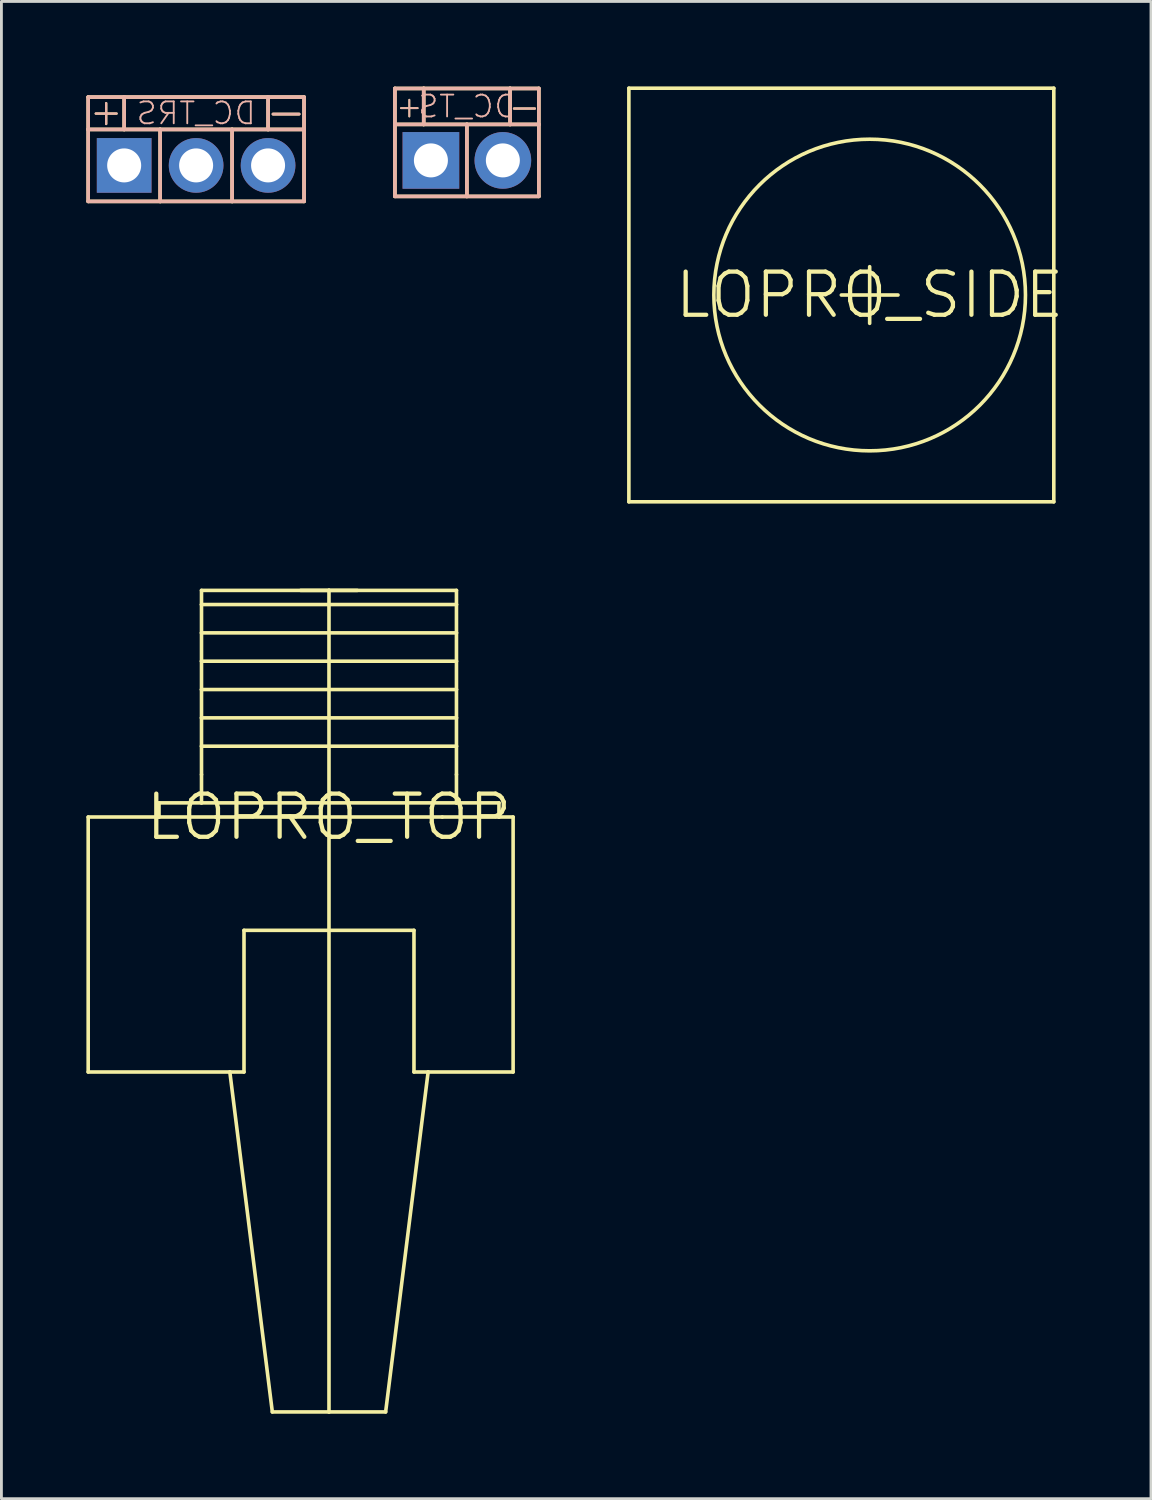
<source format=kicad_pcb>
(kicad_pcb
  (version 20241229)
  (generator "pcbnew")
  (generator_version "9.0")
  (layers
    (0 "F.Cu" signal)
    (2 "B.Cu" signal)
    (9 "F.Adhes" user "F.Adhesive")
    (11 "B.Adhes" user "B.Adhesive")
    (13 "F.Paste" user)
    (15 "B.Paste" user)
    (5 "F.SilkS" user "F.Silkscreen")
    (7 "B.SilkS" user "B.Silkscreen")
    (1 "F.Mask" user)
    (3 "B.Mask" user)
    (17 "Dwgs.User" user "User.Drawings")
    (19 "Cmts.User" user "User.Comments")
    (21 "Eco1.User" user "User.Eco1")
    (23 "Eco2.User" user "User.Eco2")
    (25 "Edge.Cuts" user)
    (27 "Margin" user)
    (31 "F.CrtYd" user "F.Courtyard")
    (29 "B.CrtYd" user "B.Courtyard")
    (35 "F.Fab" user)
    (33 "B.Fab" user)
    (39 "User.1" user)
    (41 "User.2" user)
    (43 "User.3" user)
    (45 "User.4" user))
  (footprint "DC_TS"
    (layer "F.Cu")
    (at 13.431 2.612)
    (property "Reference" "DC_TS" (at 0 -1.905 0) (layer "B.SilkS") (effects (font (size 0.772 0.772) (thickness 0.065)) (justify mirror)))
    (attr through_hole)
    (fp_line (start -2.54 -2.54) (end -1.524 -2.54) (stroke (width 0.127) (type solid)) (layer "F.SilkS"))
    (fp_line (start -2.54 -1.27) (end -2.54 -2.54) (stroke (width 0.127) (type solid)) (layer "F.SilkS"))
    (fp_line (start -2.54 -1.27) (end -1.524 -1.27) (stroke (width 0.127) (type solid)) (layer "F.SilkS"))
    (fp_line (start -2.54 1.27) (end -2.54 -1.27) (stroke (width 0.127) (type solid)) (layer "F.SilkS"))
    (fp_line (start -2.54 1.27) (end 0 1.27) (stroke (width 0.127) (type solid)) (layer "F.SilkS"))
    (fp_line (start -1.524 -2.54) (end -1.524 -1.27) (stroke (width 0.127) (type solid)) (layer "F.SilkS"))
    (fp_line (start -1.524 -2.54) (end 1.524 -2.54) (stroke (width 0.127) (type solid)) (layer "F.SilkS"))
    (fp_line (start -1.524 -1.27) (end 0 -1.27) (stroke (width 0.127) (type solid)) (layer "F.SilkS"))
    (fp_line (start 0 -1.27) (end 0 1.27) (stroke (width 0.127) (type solid)) (layer "F.SilkS"))
    (fp_line (start 0 -1.27) (end 1.524 -1.27) (stroke (width 0.127) (type solid)) (layer "F.SilkS"))
    (fp_line (start 0 1.27) (end 2.54 1.27) (stroke (width 0.127) (type solid)) (layer "F.SilkS"))
    (fp_line (start 1.524 -2.54) (end 1.524 -1.27) (stroke (width 0.127) (type solid)) (layer "F.SilkS"))
    (fp_line (start 1.524 -2.54) (end 2.54 -2.54) (stroke (width 0.127) (type solid)) (layer "F.SilkS"))
    (fp_line (start 1.524 -1.27) (end 2.54 -1.27) (stroke (width 0.127) (type solid)) (layer "F.SilkS"))
    (fp_line (start 2.54 -2.54) (end 2.54 -1.27) (stroke (width 0.127) (type solid)) (layer "F.SilkS"))
    (fp_line (start 2.54 -1.27) (end 2.54 1.27) (stroke (width 0.127) (type solid)) (layer "F.SilkS"))
    (fp_line (start -2.54 -2.54) (end -2.54 -1.27) (stroke (width 0.127) (type solid)) (layer "B.SilkS"))
    (fp_line (start -2.54 -1.27) (end -2.54 1.27) (stroke (width 0.127) (type solid)) (layer "B.SilkS"))
    (fp_line (start -1.524 -2.54) (end -2.54 -2.54) (stroke (width 0.127) (type solid)) (layer "B.SilkS"))
    (fp_line (start -1.524 -2.54) (end -1.524 -1.27) (stroke (width 0.127) (type solid)) (layer "B.SilkS"))
    (fp_line (start -1.524 -1.27) (end -2.54 -1.27) (stroke (width 0.127) (type solid)) (layer "B.SilkS"))
    (fp_line (start 0 -1.27) (end -1.524 -1.27) (stroke (width 0.127) (type solid)) (layer "B.SilkS"))
    (fp_line (start 0 -1.27) (end 0 1.27) (stroke (width 0.127) (type solid)) (layer "B.SilkS"))
    (fp_line (start 0 1.27) (end -2.54 1.27) (stroke (width 0.127) (type solid)) (layer "B.SilkS"))
    (fp_line (start 1.524 -2.54) (end -1.524 -2.54) (stroke (width 0.127) (type solid)) (layer "B.SilkS"))
    (fp_line (start 1.524 -2.54) (end 1.524 -1.27) (stroke (width 0.127) (type solid)) (layer "B.SilkS"))
    (fp_line (start 1.524 -1.27) (end 0 -1.27) (stroke (width 0.127) (type solid)) (layer "B.SilkS"))
    (fp_line (start 2.54 -2.54) (end 1.524 -2.54) (stroke (width 0.127) (type solid)) (layer "B.SilkS"))
    (fp_line (start 2.54 -1.27) (end 1.524 -1.27) (stroke (width 0.127) (type solid)) (layer "B.SilkS"))
    (fp_line (start 2.54 -1.27) (end 2.54 -2.54) (stroke (width 0.127) (type solid)) (layer "B.SilkS"))
    (fp_line (start 2.54 1.27) (end 0 1.27) (stroke (width 0.127) (type solid)) (layer "B.SilkS"))
    (fp_line (start 2.54 1.27) (end 2.54 -1.27) (stroke (width 0.127) (type solid)) (layer "B.SilkS"))
    (fp_text user "+" (at -2.032 -1.905 0) (layer "F.SilkS") (effects (font (size 0.772 0.772) (thickness 0.065))))
    (fp_text user "-" (at 2.032 -1.905 0) (layer "F.SilkS") (effects (font (size 0.965 0.965) (thickness 0.081))))
    (fp_text user "-" (at 2.032 -1.905 0) (layer "B.SilkS") (effects (font (size 0.965 0.965) (thickness 0.081)) (justify mirror)))
    (fp_text user "+" (at -2.032 -1.905 0) (layer "B.SilkS") (effects (font (size 0.772 0.772) (thickness 0.065)) (justify mirror)))
    (pad "1" thru_hole rect (at -1.27 0) (size 2 2) (drill 1.2) (layers "*.Cu" "*.Mask"))
    (pad "2" thru_hole oval (at 1.27 0) (size 2 2) (drill 1.2) (layers "*.Cu" "*.Mask")))
  (footprint "DC_TRS"
    (layer "F.Cu")
    (at 3.873 2.789)
    (property "Reference" "DC_TRS" (at 0 -1.841 0) (layer "B.SilkS") (effects (font (size 0.772 0.772) (thickness 0.065)) (justify mirror)))
    (attr through_hole)
    (fp_line (start -3.81 -2.413) (end -2.54 -2.413) (stroke (width 0.127) (type solid)) (layer "F.SilkS"))
    (fp_line (start -3.81 -1.27) (end -3.81 -2.413) (stroke (width 0.127) (type solid)) (layer "F.SilkS"))
    (fp_line (start -3.81 -1.27) (end -2.54 -1.27) (stroke (width 0.127) (type solid)) (layer "F.SilkS"))
    (fp_line (start -3.81 1.27) (end -3.81 -1.27) (stroke (width 0.127) (type solid)) (layer "F.SilkS"))
    (fp_line (start -2.54 -2.413) (end 2.54 -2.413) (stroke (width 0.127) (type solid)) (layer "F.SilkS"))
    (fp_line (start -2.54 -1.27) (end -2.54 -2.413) (stroke (width 0.127) (type solid)) (layer "F.SilkS"))
    (fp_line (start -2.54 -1.27) (end -1.27 -1.27) (stroke (width 0.127) (type solid)) (layer "F.SilkS"))
    (fp_line (start -1.27 -1.27) (end -1.27 1.27) (stroke (width 0.127) (type solid)) (layer "F.SilkS"))
    (fp_line (start -1.27 -1.27) (end 1.27 -1.27) (stroke (width 0.127) (type solid)) (layer "F.SilkS"))
    (fp_line (start -1.27 1.27) (end -3.81 1.27) (stroke (width 0.127) (type solid)) (layer "F.SilkS"))
    (fp_line (start 1.27 -1.27) (end 1.27 1.27) (stroke (width 0.127) (type solid)) (layer "F.SilkS"))
    (fp_line (start 1.27 -1.27) (end 2.54 -1.27) (stroke (width 0.127) (type solid)) (layer "F.SilkS"))
    (fp_line (start 1.27 1.27) (end -1.27 1.27) (stroke (width 0.127) (type solid)) (layer "F.SilkS"))
    (fp_line (start 2.54 -2.413) (end 2.54 -1.27) (stroke (width 0.127) (type solid)) (layer "F.SilkS"))
    (fp_line (start 2.54 -2.413) (end 3.81 -2.413) (stroke (width 0.127) (type solid)) (layer "F.SilkS"))
    (fp_line (start 2.54 -1.27) (end 3.81 -1.27) (stroke (width 0.127) (type solid)) (layer "F.SilkS"))
    (fp_line (start 3.81 -2.413) (end 3.81 -1.27) (stroke (width 0.127) (type solid)) (layer "F.SilkS"))
    (fp_line (start 3.81 -1.27) (end 3.81 1.27) (stroke (width 0.127) (type solid)) (layer "F.SilkS"))
    (fp_line (start 3.81 1.27) (end 1.27 1.27) (stroke (width 0.127) (type solid)) (layer "F.SilkS"))
    (fp_line (start -3.81 -1.27) (end -3.81 -2.413) (stroke (width 0.127) (type solid)) (layer "B.SilkS"))
    (fp_line (start -3.81 -1.27) (end -3.81 1.27) (stroke (width 0.127) (type solid)) (layer "B.SilkS"))
    (fp_line (start -3.81 1.27) (end -1.27 1.27) (stroke (width 0.127) (type solid)) (layer "B.SilkS"))
    (fp_line (start -2.54 -2.413) (end -3.81 -2.413) (stroke (width 0.127) (type solid)) (layer "B.SilkS"))
    (fp_line (start -2.54 -1.27) (end -3.81 -1.27) (stroke (width 0.127) (type solid)) (layer "B.SilkS"))
    (fp_line (start -2.54 -1.27) (end -2.54 -2.413) (stroke (width 0.127) (type solid)) (layer "B.SilkS"))
    (fp_line (start -1.27 -1.27) (end -2.54 -1.27) (stroke (width 0.127) (type solid)) (layer "B.SilkS"))
    (fp_line (start -1.27 -1.27) (end -1.27 1.27) (stroke (width 0.127) (type solid)) (layer "B.SilkS"))
    (fp_line (start -1.27 1.27) (end 1.27 1.27) (stroke (width 0.127) (type solid)) (layer "B.SilkS"))
    (fp_line (start 1.27 -1.27) (end -1.27 -1.27) (stroke (width 0.127) (type solid)) (layer "B.SilkS"))
    (fp_line (start 1.27 -1.27) (end 1.27 1.27) (stroke (width 0.127) (type solid)) (layer "B.SilkS"))
    (fp_line (start 1.27 1.27) (end 3.81 1.27) (stroke (width 0.127) (type solid)) (layer "B.SilkS"))
    (fp_line (start 2.54 -2.413) (end -2.54 -2.413) (stroke (width 0.127) (type solid)) (layer "B.SilkS"))
    (fp_line (start 2.54 -2.413) (end 2.54 -1.27) (stroke (width 0.127) (type solid)) (layer "B.SilkS"))
    (fp_line (start 2.54 -1.27) (end 1.27 -1.27) (stroke (width 0.127) (type solid)) (layer "B.SilkS"))
    (fp_line (start 3.81 -2.413) (end 2.54 -2.413) (stroke (width 0.127) (type solid)) (layer "B.SilkS"))
    (fp_line (start 3.81 -2.413) (end 3.81 -1.27) (stroke (width 0.127) (type solid)) (layer "B.SilkS"))
    (fp_line (start 3.81 -1.27) (end 2.54 -1.27) (stroke (width 0.127) (type solid)) (layer "B.SilkS"))
    (fp_line (start 3.81 1.27) (end 3.81 -1.27) (stroke (width 0.127) (type solid)) (layer "B.SilkS"))
    (fp_text user "-" (at 3.175 -1.905 0) (layer "F.SilkS") (effects (font (size 1.206 1.206) (thickness 0.102))))
    (fp_text user "+" (at -3.175 -1.905 0) (layer "F.SilkS") (effects (font (size 0.965 0.965) (thickness 0.081))))
    (fp_text user "+" (at -3.175 -1.905 0) (layer "B.SilkS") (effects (font (size 0.965 0.965) (thickness 0.081)) (justify mirror)))
    (fp_text user "-" (at 3.175 -1.905 0) (layer "B.SilkS") (effects (font (size 1.206 1.206) (thickness 0.102)) (justify mirror)))
    (pad "GND" thru_hole oval (at 2.54 0) (size 1.93 1.93) (drill 1.2) (layers "*.Cu" "*.Mask"))
    (pad "PWR" thru_hole rect (at -2.54 0) (size 1.93 1.93) (drill 1.2) (layers "*.Cu" "*.Mask"))
    (pad "RNG" thru_hole oval (at 0 0) (size 1.93 1.93) (drill 1.2) (layers "*.Cu" "*.Mask")))
  (footprint "LOPRO_SIDE"
    (layer "F.Cu")
    (at 27.649 7.364)
    (property "Reference" "LOPRO_SIDE" (at 0 0 0) (layer "F.SilkS") (effects (font (size 1.524 1.524) (thickness 0.15))))
    (attr through_hole)
    (fp_line (start -8.5 -7.3) (end -8.5 7.3) (stroke (width 0.127) (type solid)) (layer "F.SilkS"))
    (fp_line (start -1 0) (end 1 0) (stroke (width 0.127) (type solid)) (layer "F.SilkS"))
    (fp_line (start 0 -1) (end 0 1) (stroke (width 0.127) (type solid)) (layer "F.SilkS"))
    (fp_line (start 6.5 -7.3) (end -8.5 -7.3) (stroke (width 0.127) (type solid)) (layer "F.SilkS"))
    (fp_line (start 6.5 -7.3) (end 6.5 7.3) (stroke (width 0.127) (type solid)) (layer "F.SilkS"))
    (fp_line (start 6.5 7.3) (end -8.5 7.3) (stroke (width 0.127) (type solid)) (layer "F.SilkS"))
    (fp_circle (center 0 0) (end 5.5 0) (stroke (width 0.127) (type solid)) (fill no) (layer "F.SilkS")))
  (footprint "LOPRO_TOP"
    (layer "F.Cu")
    (at 8.563 25.791)
    (property "Reference" "LOPRO_TOP" (at 0 0 0) (layer "F.SilkS") (effects (font (size 1.524 1.524) (thickness 0.15))))
    (attr through_hole)
    (fp_line (start -8.5 0) (end -8.5 9) (stroke (width 0.127) (type solid)) (layer "F.SilkS"))
    (fp_line (start -6 -0.5) (end -4.5 -0.5) (stroke (width 0.127) (type solid)) (layer "F.SilkS"))
    (fp_line (start -6 0) (end -8.5 0) (stroke (width 0.127) (type solid)) (layer "F.SilkS"))
    (fp_line (start -6 0) (end -6 -0.5) (stroke (width 0.127) (type solid)) (layer "F.SilkS"))
    (fp_line (start -4.5 -8) (end -4.5 -7.5) (stroke (width 0.127) (type solid)) (layer "F.SilkS"))
    (fp_line (start -4.5 -7.5) (end -4.5 -6.5) (stroke (width 0.127) (type solid)) (layer "F.SilkS"))
    (fp_line (start -4.5 -7.5) (end 4.5 -7.5) (stroke (width 0.127) (type solid)) (layer "F.SilkS"))
    (fp_line (start -4.5 -6.5) (end -4.5 -5.5) (stroke (width 0.127) (type solid)) (layer "F.SilkS"))
    (fp_line (start -4.5 -6.5) (end 4.5 -6.5) (stroke (width 0.127) (type solid)) (layer "F.SilkS"))
    (fp_line (start -4.5 -5.5) (end -4.5 -4.5) (stroke (width 0.127) (type solid)) (layer "F.SilkS"))
    (fp_line (start -4.5 -5.5) (end 4.5 -5.5) (stroke (width 0.127) (type solid)) (layer "F.SilkS"))
    (fp_line (start -4.5 -4.5) (end -4.5 -3.5) (stroke (width 0.127) (type solid)) (layer "F.SilkS"))
    (fp_line (start -4.5 -4.5) (end 4.5 -4.5) (stroke (width 0.127) (type solid)) (layer "F.SilkS"))
    (fp_line (start -4.5 -3.5) (end -4.5 -2.5) (stroke (width 0.127) (type solid)) (layer "F.SilkS"))
    (fp_line (start -4.5 -3.5) (end 4.5 -3.5) (stroke (width 0.127) (type solid)) (layer "F.SilkS"))
    (fp_line (start -4.5 -2.5) (end -4.5 -1.5) (stroke (width 0.127) (type solid)) (layer "F.SilkS"))
    (fp_line (start -4.5 -2.5) (end 4.5 -2.5) (stroke (width 0.127) (type solid)) (layer "F.SilkS"))
    (fp_line (start -4.5 -1.5) (end -4.5 -0.5) (stroke (width 0.127) (type solid)) (layer "F.SilkS"))
    (fp_line (start -4.5 -0.5) (end 4.5 -0.5) (stroke (width 0.127) (type solid)) (layer "F.SilkS"))
    (fp_line (start -4 0) (end -6 0) (stroke (width 0.127) (type solid)) (layer "F.SilkS"))
    (fp_line (start -3.5 9) (end -8.5 9) (stroke (width 0.127) (type solid)) (layer "F.SilkS"))
    (fp_line (start -3 4) (end -3 9) (stroke (width 0.127) (type solid)) (layer "F.SilkS"))
    (fp_line (start -3 9) (end -3.5 9) (stroke (width 0.127) (type solid)) (layer "F.SilkS"))
    (fp_line (start -2 21) (end -3.5 9) (stroke (width 0.127) (type solid)) (layer "F.SilkS"))
    (fp_line (start -2 21) (end 0 21) (stroke (width 0.127) (type solid)) (layer "F.SilkS"))
    (fp_line (start -1 -8) (end 0 -8) (stroke (width 0.127) (type solid)) (layer "F.SilkS"))
    (fp_line (start 0 -8) (end -4.5 -8) (stroke (width 0.127) (type solid)) (layer "F.SilkS"))
    (fp_line (start 0 -8) (end 0 21) (stroke (width 0.127) (type solid)) (layer "F.SilkS"))
    (fp_line (start 0 -8) (end 1 -8) (stroke (width 0.127) (type solid)) (layer "F.SilkS"))
    (fp_line (start 0 21) (end 2 21) (stroke (width 0.127) (type solid)) (layer "F.SilkS"))
    (fp_line (start 2 21) (end 3.5 9) (stroke (width 0.127) (type solid)) (layer "F.SilkS"))
    (fp_line (start 3 4) (end -3 4) (stroke (width 0.127) (type solid)) (layer "F.SilkS"))
    (fp_line (start 3 9) (end 3 4) (stroke (width 0.127) (type solid)) (layer "F.SilkS"))
    (fp_line (start 3.5 9) (end 3 9) (stroke (width 0.127) (type solid)) (layer "F.SilkS"))
    (fp_line (start 4 0) (end -4 0) (stroke (width 0.127) (type solid)) (layer "F.SilkS"))
    (fp_line (start 4.5 -8) (end 0 -8) (stroke (width 0.127) (type solid)) (layer "F.SilkS"))
    (fp_line (start 4.5 -7.5) (end 4.5 -8) (stroke (width 0.127) (type solid)) (layer "F.SilkS"))
    (fp_line (start 4.5 -6.5) (end 4.5 -7.5) (stroke (width 0.127) (type solid)) (layer "F.SilkS"))
    (fp_line (start 4.5 -5.5) (end 4.5 -6.5) (stroke (width 0.127) (type solid)) (layer "F.SilkS"))
    (fp_line (start 4.5 -4.5) (end 4.5 -5.5) (stroke (width 0.127) (type solid)) (layer "F.SilkS"))
    (fp_line (start 4.5 -3.5) (end 4.5 -4.5) (stroke (width 0.127) (type solid)) (layer "F.SilkS"))
    (fp_line (start 4.5 -2.5) (end 4.5 -3.5) (stroke (width 0.127) (type solid)) (layer "F.SilkS"))
    (fp_line (start 4.5 -1.5) (end 4.5 -2.5) (stroke (width 0.127) (type solid)) (layer "F.SilkS"))
    (fp_line (start 4.5 -0.5) (end 4.5 -1.5) (stroke (width 0.127) (type solid)) (layer "F.SilkS"))
    (fp_line (start 4.5 -0.5) (end 6 -0.5) (stroke (width 0.127) (type solid)) (layer "F.SilkS"))
    (fp_line (start 6 -0.5) (end 6 0) (stroke (width 0.127) (type solid)) (layer "F.SilkS"))
    (fp_line (start 6 0) (end 4 0) (stroke (width 0.127) (type solid)) (layer "F.SilkS"))
    (fp_line (start 6.5 0) (end 6 0) (stroke (width 0.127) (type solid)) (layer "F.SilkS"))
    (fp_line (start 6.5 0) (end 6.5 9) (stroke (width 0.127) (type solid)) (layer "F.SilkS"))
    (fp_line (start 6.5 9) (end 3.5 9) (stroke (width 0.127) (type solid)) (layer "F.SilkS")))
  (gr_rect
    (start -3 -3)
    (end 37.58 49.854)
    (stroke (width 0.1) (type default))
    (fill no)
    (layer "Edge.Cuts")))
</source>
